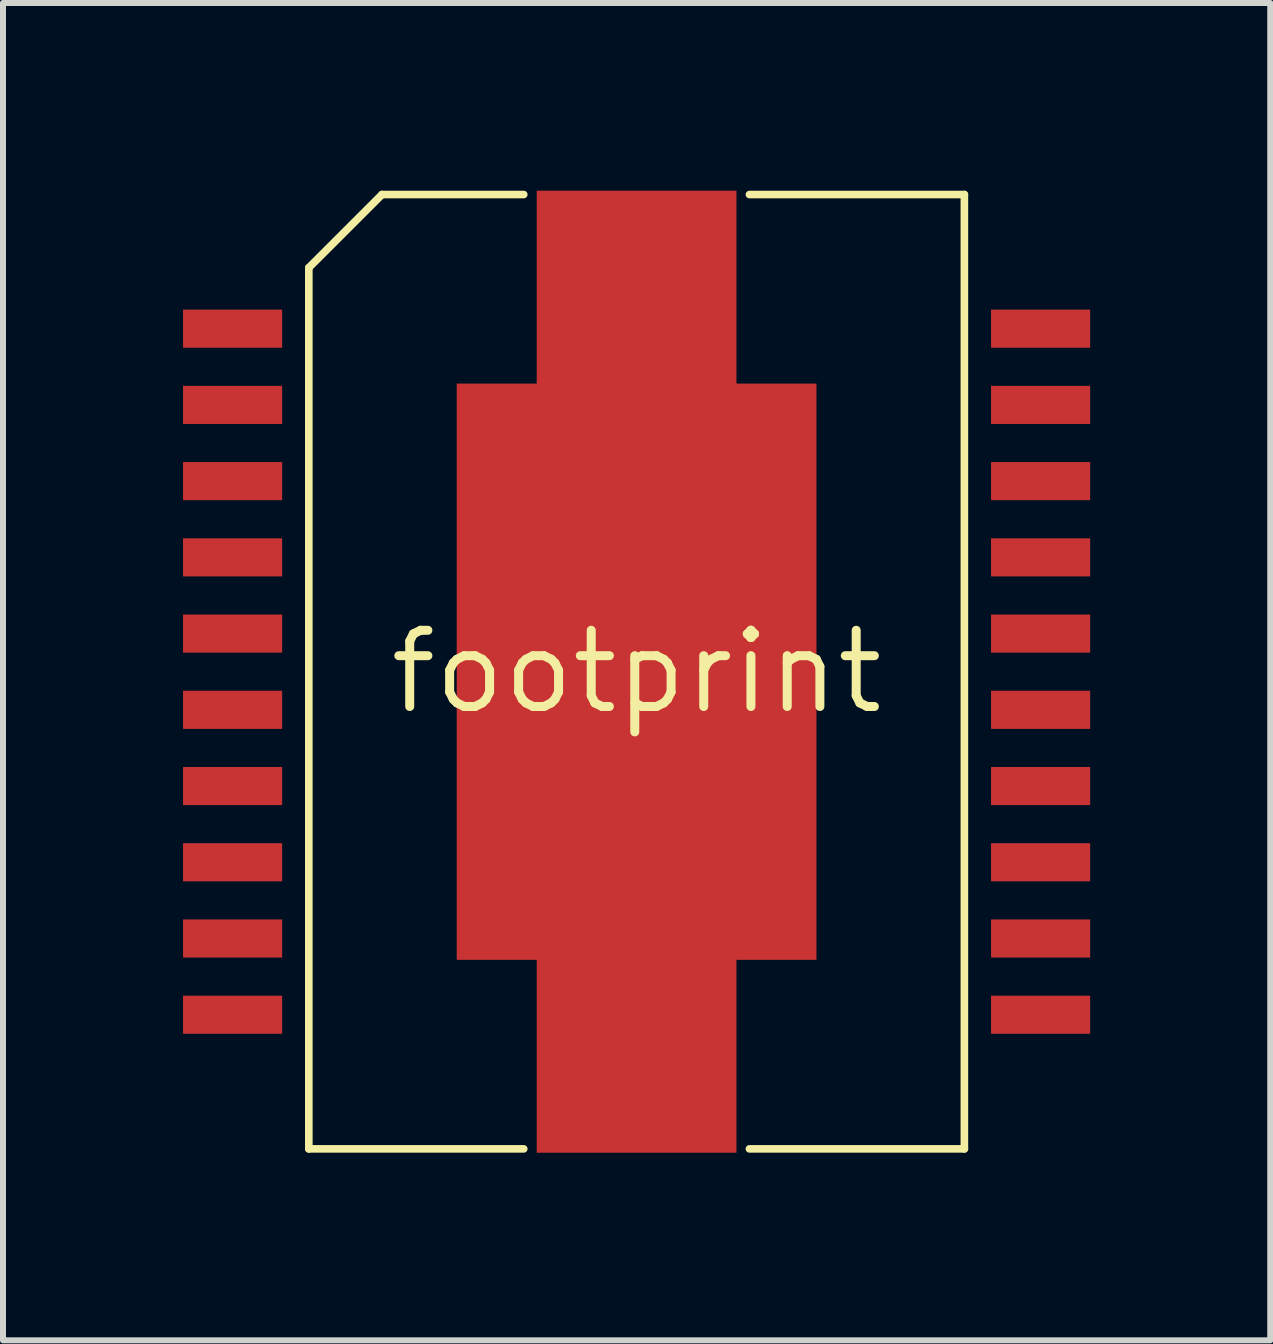
<source format=kicad_pcb>
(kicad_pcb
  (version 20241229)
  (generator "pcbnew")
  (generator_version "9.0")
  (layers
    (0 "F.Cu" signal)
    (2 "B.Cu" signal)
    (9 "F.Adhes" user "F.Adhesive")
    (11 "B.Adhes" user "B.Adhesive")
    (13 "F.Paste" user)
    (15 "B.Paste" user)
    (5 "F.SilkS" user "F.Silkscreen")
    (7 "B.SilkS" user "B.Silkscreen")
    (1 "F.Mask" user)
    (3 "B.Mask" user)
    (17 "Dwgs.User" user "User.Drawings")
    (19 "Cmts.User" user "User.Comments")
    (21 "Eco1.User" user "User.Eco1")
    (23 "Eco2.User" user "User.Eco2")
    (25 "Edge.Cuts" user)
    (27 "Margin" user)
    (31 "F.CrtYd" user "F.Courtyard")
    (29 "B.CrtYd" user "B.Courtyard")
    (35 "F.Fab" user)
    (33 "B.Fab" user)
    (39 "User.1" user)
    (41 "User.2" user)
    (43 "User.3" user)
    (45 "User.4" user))
  (footprint "footprint"
    (layer "F.Cu")
    (at 7.556 8.141)
    (property "Reference" "footprint" (at 0 0 0) (layer "F.SilkS") (effects (font (size 1.27 1.27) (thickness 0.15))))
    (fp_poly (pts (xy 1.664 8.014) (xy -1.664 8.014) (xy -1.664 -8.014) (xy 1.664 -8.014)) (stroke (width 0) (type solid)) (fill yes) (layer "F.Cu"))
    (fp_poly (pts (xy 1.791 -4.928) (xy 3.124 -4.928) (xy 3.124 4.928) (xy 1.791 4.928) (xy 1.791 8.141) (xy -1.791 8.141) (xy -1.791 4.928) (xy -3.124 4.928) (xy -3.124 -4.928) (xy -1.791 -4.928) (xy -1.791 -8.141) (xy 1.791 -8.141)) (stroke (width 0) (type solid)) (fill yes) (layer "F.Mask"))
    (fp_line (start -5.461 -6.731) (end -5.461 7.95) (stroke (width 0.127) (type solid)) (layer "F.SilkS"))
    (fp_line (start -5.461 -6.731) (end -4.242 -7.95) (stroke (width 0.127) (type solid)) (layer "F.SilkS"))
    (fp_line (start -5.461 7.95) (end -1.88 7.95) (stroke (width 0.127) (type solid)) (layer "F.SilkS"))
    (fp_line (start -4.242 -7.95) (end -1.88 -7.95) (stroke (width 0.127) (type solid)) (layer "F.SilkS"))
    (fp_line (start 1.88 -7.95) (end 5.461 -7.95) (stroke (width 0.127) (type solid)) (layer "F.SilkS"))
    (fp_line (start 1.88 7.95) (end 5.461 7.95) (stroke (width 0.127) (type solid)) (layer "F.SilkS"))
    (fp_line (start 5.461 -7.95) (end 5.461 7.95) (stroke (width 0.127) (type solid)) (layer "F.SilkS"))
    (fp_poly (pts (xy 0.223 -7.472) (xy 0.438 -7.407) (xy 0.635 -7.301) (xy 0.809 -7.159) (xy 0.951 -6.985) (xy 1.06 -6.782) (xy 1.144 -6.356) (xy 1.122 -6.127) (xy 1.057 -5.912) (xy 0.951 -5.715) (xy 0.809 -5.541) (xy 0.635 -5.399) (xy 0.432 -5.29) (xy 0.006 -5.206) (xy -0.223 -5.228) (xy -0.438 -5.293) (xy -0.635 -5.399) (xy -0.809 -5.541) (xy -0.951 -5.715) (xy -1.06 -5.918) (xy -1.144 -6.344) (xy -1.122 -6.573) (xy -1.057 -6.788) (xy -0.951 -6.985) (xy -0.809 -7.159) (xy -0.635 -7.301) (xy -0.432 -7.41) (xy -0.006 -7.494)) (stroke (width 0) (type solid)) (fill yes) (layer "F.Paste"))
    (fp_poly (pts (xy 0.223 5.228) (xy 0.438 5.293) (xy 0.635 5.399) (xy 0.809 5.541) (xy 0.951 5.715) (xy 1.06 5.918) (xy 1.144 6.344) (xy 1.122 6.573) (xy 1.057 6.788) (xy 0.951 6.985) (xy 0.809 7.159) (xy 0.635 7.301) (xy 0.432 7.41) (xy 0.006 7.494) (xy -0.223 7.472) (xy -0.438 7.407) (xy -0.635 7.301) (xy -0.809 7.159) (xy -0.951 6.985) (xy -1.06 6.782) (xy -1.144 6.356) (xy -1.122 6.127) (xy -1.057 5.912) (xy -0.951 5.715) (xy -0.809 5.541) (xy -0.635 5.399) (xy -0.432 5.29) (xy -0.006 5.206)) (stroke (width 0) (type solid)) (fill yes) (layer "F.Paste"))
    (fp_poly (pts (xy 0.289 -4.552) (xy 0.573 -4.49) (xy 0.844 -4.389) (xy 1.099 -4.25) (xy 1.331 -4.076) (xy 1.536 -3.871) (xy 1.71 -3.639) (xy 1.849 -3.384) (xy 1.95 -3.113) (xy 2.012 -2.829) (xy 2.032 -2.54) (xy 2.012 -2.251) (xy 1.95 -1.967) (xy 1.849 -1.696) (xy 1.71 -1.441) (xy 1.536 -1.209) (xy 1.331 -1.004) (xy 1.099 -0.83) (xy 0.844 -0.691) (xy 0.573 -0.59) (xy 0.289 -0.528) (xy 0 -0.508) (xy -0.289 -0.528) (xy -0.573 -0.59) (xy -0.844 -0.691) (xy -1.099 -0.83) (xy -1.331 -1.004) (xy -1.536 -1.209) (xy -1.71 -1.441) (xy -1.849 -1.696) (xy -1.95 -1.967) (xy -2.012 -2.251) (xy -2.032 -2.54) (xy -2.012 -2.829) (xy -1.95 -3.113) (xy -1.849 -3.384) (xy -1.71 -3.639) (xy -1.536 -3.871) (xy -1.331 -4.076) (xy -1.099 -4.25) (xy -0.844 -4.389) (xy -0.573 -4.49) (xy -0.289 -4.552) (xy 0 -4.572)) (stroke (width 0) (type solid)) (fill yes) (layer "F.Paste"))
    (fp_poly (pts (xy 0.289 0.528) (xy 0.573 0.59) (xy 0.844 0.691) (xy 1.099 0.83) (xy 1.331 1.004) (xy 1.536 1.209) (xy 1.71 1.441) (xy 1.849 1.696) (xy 1.95 1.967) (xy 2.012 2.251) (xy 2.032 2.54) (xy 2.012 2.829) (xy 1.95 3.113) (xy 1.849 3.384) (xy 1.71 3.639) (xy 1.536 3.871) (xy 1.331 4.076) (xy 1.099 4.25) (xy 0.844 4.389) (xy 0.573 4.49) (xy 0.289 4.552) (xy 0 4.572) (xy -0.289 4.552) (xy -0.573 4.49) (xy -0.844 4.389) (xy -1.099 4.25) (xy -1.331 4.076) (xy -1.536 3.871) (xy -1.71 3.639) (xy -1.849 3.384) (xy -1.95 3.113) (xy -2.012 2.829) (xy -2.032 2.54) (xy -2.012 2.251) (xy -1.95 1.967) (xy -1.849 1.696) (xy -1.71 1.441) (xy -1.536 1.209) (xy -1.331 1.004) (xy -1.099 0.83) (xy -0.844 0.691) (xy -0.573 0.59) (xy -0.289 0.528) (xy 0 0.508)) (stroke (width 0) (type solid)) (fill yes) (layer "F.Paste"))
    (pad "1" smd rect (at -6.731 -5.715) (size 1.651 0.635) (layers "F.Cu" "F.Mask" "F.Paste"))
    (pad "2" smd rect (at -6.731 -4.445) (size 1.651 0.635) (layers "F.Cu" "F.Mask" "F.Paste"))
    (pad "3" smd rect (at -6.731 -3.175) (size 1.651 0.635) (layers "F.Cu" "F.Mask" "F.Paste"))
    (pad "4" smd rect (at -6.731 -1.905) (size 1.651 0.635) (layers "F.Cu" "F.Mask" "F.Paste"))
    (pad "5" smd rect (at -6.731 -0.635) (size 1.651 0.635) (layers "F.Cu" "F.Mask" "F.Paste"))
    (pad "6" smd rect (at -6.731 0.635) (size 1.651 0.635) (layers "F.Cu" "F.Mask" "F.Paste"))
    (pad "7" smd rect (at -6.731 1.905) (size 1.651 0.635) (layers "F.Cu" "F.Mask" "F.Paste"))
    (pad "8" smd rect (at -6.731 3.175) (size 1.651 0.635) (layers "F.Cu" "F.Mask" "F.Paste"))
    (pad "9" smd rect (at -6.731 4.445) (size 1.651 0.635) (layers "F.Cu" "F.Mask" "F.Paste"))
    (pad "10" smd rect (at -6.731 5.715) (size 1.651 0.635) (layers "F.Cu" "F.Mask" "F.Paste"))
    (pad "11" smd rect (at 6.731 5.715) (size 1.651 0.635) (layers "F.Cu" "F.Mask" "F.Paste"))
    (pad "12" smd rect (at 6.731 4.445) (size 1.651 0.635) (layers "F.Cu" "F.Mask" "F.Paste"))
    (pad "13" smd rect (at 6.731 3.175) (size 1.651 0.635) (layers "F.Cu" "F.Mask" "F.Paste"))
    (pad "14" smd rect (at 6.731 1.905) (size 1.651 0.635) (layers "F.Cu" "F.Mask" "F.Paste"))
    (pad "15" smd rect (at 6.731 0.635) (size 1.651 0.635) (layers "F.Cu" "F.Mask" "F.Paste"))
    (pad "16" smd rect (at 6.731 -0.635) (size 1.651 0.635) (layers "F.Cu" "F.Mask" "F.Paste"))
    (pad "17" smd rect (at 6.731 -1.905) (size 1.651 0.635) (layers "F.Cu" "F.Mask" "F.Paste"))
    (pad "18" smd rect (at 6.731 -3.175) (size 1.651 0.635) (layers "F.Cu" "F.Mask" "F.Paste"))
    (pad "19" smd rect (at 6.731 -4.445) (size 1.651 0.635) (layers "F.Cu" "F.Mask" "F.Paste"))
    (pad "20" smd rect (at 6.731 -5.715) (size 1.651 0.635) (layers "F.Cu" "F.Mask" "F.Paste"))
    (pad "PAD" smd rect (at 0 0) (size 5.994 9.601) (layers "F.Cu")))
  (gr_rect
    (start -3 -3)
    (end 18.113 19.281)
    (stroke (width 0.1) (type default))
    (fill no)
    (layer "Edge.Cuts")))
</source>
